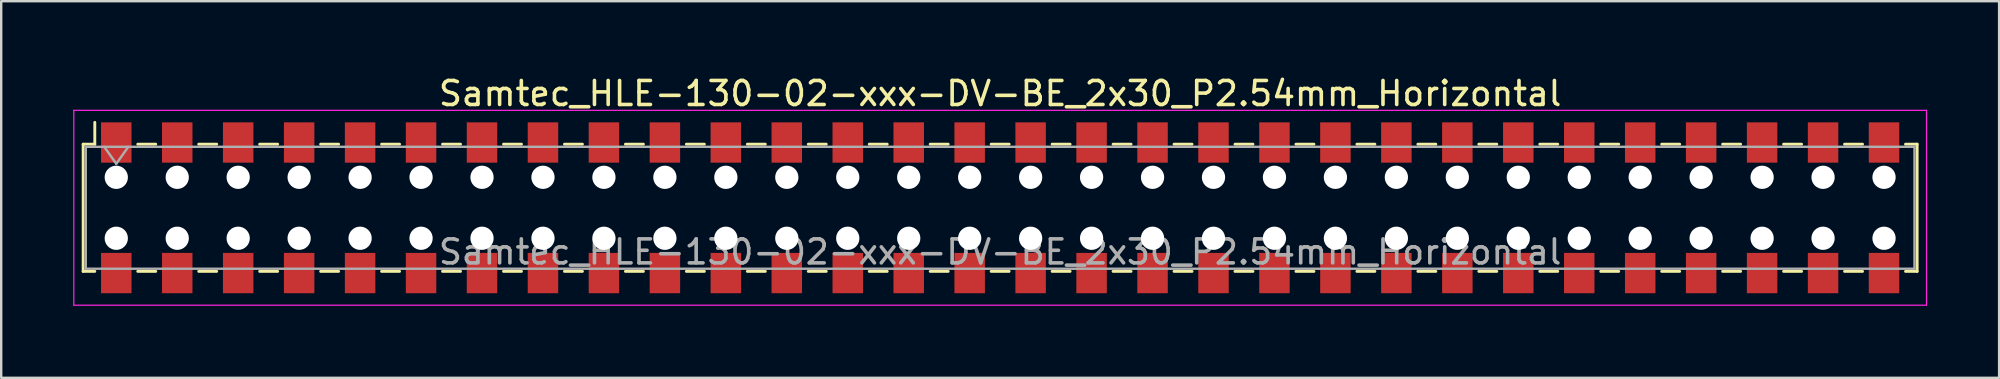
<source format=kicad_pcb>
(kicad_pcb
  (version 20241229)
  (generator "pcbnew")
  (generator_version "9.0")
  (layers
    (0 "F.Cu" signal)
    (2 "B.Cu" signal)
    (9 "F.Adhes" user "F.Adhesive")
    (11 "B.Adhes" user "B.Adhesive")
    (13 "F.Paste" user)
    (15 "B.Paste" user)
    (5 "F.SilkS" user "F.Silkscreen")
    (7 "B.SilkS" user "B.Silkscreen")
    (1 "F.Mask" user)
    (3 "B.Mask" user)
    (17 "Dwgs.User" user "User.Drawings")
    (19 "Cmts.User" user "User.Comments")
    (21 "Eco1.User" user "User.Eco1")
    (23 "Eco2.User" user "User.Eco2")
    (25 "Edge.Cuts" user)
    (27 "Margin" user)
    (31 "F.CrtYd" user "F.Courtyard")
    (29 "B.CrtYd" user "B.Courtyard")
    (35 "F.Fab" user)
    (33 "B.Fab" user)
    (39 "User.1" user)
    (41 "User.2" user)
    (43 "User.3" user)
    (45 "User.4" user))
  (footprint "Samtec_HLE-130-02-xxx-DV-BE_2x30_P2.54mm_Horizontal"
    (layer "F.Cu")
    (at 38.625 5.608)
    (property "Reference" "Samtec_HLE-130-02-xxx-DV-BE_2x30_P2.54mm_Horizontal" (at 0 -4.76 0) (layer "F.SilkS") (effects (font (size 1 1) (thickness 0.15))))
    (attr smd)
    (fp_line (start -38.21 -2.65) (end -38.21 2.65) (stroke (width 0.12) (type solid)) (layer "F.SilkS"))
    (fp_line (start -38.21 2.65) (end -37.725 2.65) (stroke (width 0.12) (type solid)) (layer "F.SilkS"))
    (fp_line (start -37.725 -3.56) (end -37.725 -2.65) (stroke (width 0.12) (type solid)) (layer "F.SilkS"))
    (fp_line (start -37.725 -2.65) (end -38.21 -2.65) (stroke (width 0.12) (type solid)) (layer "F.SilkS"))
    (fp_line (start -35.935 -2.65) (end -35.185 -2.65) (stroke (width 0.12) (type solid)) (layer "F.SilkS"))
    (fp_line (start -35.935 2.65) (end -35.185 2.65) (stroke (width 0.12) (type solid)) (layer "F.SilkS"))
    (fp_line (start -33.395 -2.65) (end -32.645 -2.65) (stroke (width 0.12) (type solid)) (layer "F.SilkS"))
    (fp_line (start -33.395 2.65) (end -32.645 2.65) (stroke (width 0.12) (type solid)) (layer "F.SilkS"))
    (fp_line (start -30.855 -2.65) (end -30.105 -2.65) (stroke (width 0.12) (type solid)) (layer "F.SilkS"))
    (fp_line (start -30.855 2.65) (end -30.105 2.65) (stroke (width 0.12) (type solid)) (layer "F.SilkS"))
    (fp_line (start -28.315 -2.65) (end -27.565 -2.65) (stroke (width 0.12) (type solid)) (layer "F.SilkS"))
    (fp_line (start -28.315 2.65) (end -27.565 2.65) (stroke (width 0.12) (type solid)) (layer "F.SilkS"))
    (fp_line (start -25.775 -2.65) (end -25.025 -2.65) (stroke (width 0.12) (type solid)) (layer "F.SilkS"))
    (fp_line (start -25.775 2.65) (end -25.025 2.65) (stroke (width 0.12) (type solid)) (layer "F.SilkS"))
    (fp_line (start -23.235 -2.65) (end -22.485 -2.65) (stroke (width 0.12) (type solid)) (layer "F.SilkS"))
    (fp_line (start -23.235 2.65) (end -22.485 2.65) (stroke (width 0.12) (type solid)) (layer "F.SilkS"))
    (fp_line (start -20.695 -2.65) (end -19.945 -2.65) (stroke (width 0.12) (type solid)) (layer "F.SilkS"))
    (fp_line (start -20.695 2.65) (end -19.945 2.65) (stroke (width 0.12) (type solid)) (layer "F.SilkS"))
    (fp_line (start -18.155 -2.65) (end -17.405 -2.65) (stroke (width 0.12) (type solid)) (layer "F.SilkS"))
    (fp_line (start -18.155 2.65) (end -17.405 2.65) (stroke (width 0.12) (type solid)) (layer "F.SilkS"))
    (fp_line (start -15.615 -2.65) (end -14.865 -2.65) (stroke (width 0.12) (type solid)) (layer "F.SilkS"))
    (fp_line (start -15.615 2.65) (end -14.865 2.65) (stroke (width 0.12) (type solid)) (layer "F.SilkS"))
    (fp_line (start -13.075 -2.65) (end -12.325 -2.65) (stroke (width 0.12) (type solid)) (layer "F.SilkS"))
    (fp_line (start -13.075 2.65) (end -12.325 2.65) (stroke (width 0.12) (type solid)) (layer "F.SilkS"))
    (fp_line (start -10.535 -2.65) (end -9.785 -2.65) (stroke (width 0.12) (type solid)) (layer "F.SilkS"))
    (fp_line (start -10.535 2.65) (end -9.785 2.65) (stroke (width 0.12) (type solid)) (layer "F.SilkS"))
    (fp_line (start -7.995 -2.65) (end -7.245 -2.65) (stroke (width 0.12) (type solid)) (layer "F.SilkS"))
    (fp_line (start -7.995 2.65) (end -7.245 2.65) (stroke (width 0.12) (type solid)) (layer "F.SilkS"))
    (fp_line (start -5.455 -2.65) (end -4.705 -2.65) (stroke (width 0.12) (type solid)) (layer "F.SilkS"))
    (fp_line (start -5.455 2.65) (end -4.705 2.65) (stroke (width 0.12) (type solid)) (layer "F.SilkS"))
    (fp_line (start -2.915 -2.65) (end -2.165 -2.65) (stroke (width 0.12) (type solid)) (layer "F.SilkS"))
    (fp_line (start -2.915 2.65) (end -2.165 2.65) (stroke (width 0.12) (type solid)) (layer "F.SilkS"))
    (fp_line (start -0.375 -2.65) (end 0.375 -2.65) (stroke (width 0.12) (type solid)) (layer "F.SilkS"))
    (fp_line (start -0.375 2.65) (end 0.375 2.65) (stroke (width 0.12) (type solid)) (layer "F.SilkS"))
    (fp_line (start 2.165 -2.65) (end 2.915 -2.65) (stroke (width 0.12) (type solid)) (layer "F.SilkS"))
    (fp_line (start 2.165 2.65) (end 2.915 2.65) (stroke (width 0.12) (type solid)) (layer "F.SilkS"))
    (fp_line (start 4.705 -2.65) (end 5.455 -2.65) (stroke (width 0.12) (type solid)) (layer "F.SilkS"))
    (fp_line (start 4.705 2.65) (end 5.455 2.65) (stroke (width 0.12) (type solid)) (layer "F.SilkS"))
    (fp_line (start 7.245 -2.65) (end 7.995 -2.65) (stroke (width 0.12) (type solid)) (layer "F.SilkS"))
    (fp_line (start 7.245 2.65) (end 7.995 2.65) (stroke (width 0.12) (type solid)) (layer "F.SilkS"))
    (fp_line (start 9.785 -2.65) (end 10.535 -2.65) (stroke (width 0.12) (type solid)) (layer "F.SilkS"))
    (fp_line (start 9.785 2.65) (end 10.535 2.65) (stroke (width 0.12) (type solid)) (layer "F.SilkS"))
    (fp_line (start 12.325 -2.65) (end 13.075 -2.65) (stroke (width 0.12) (type solid)) (layer "F.SilkS"))
    (fp_line (start 12.325 2.65) (end 13.075 2.65) (stroke (width 0.12) (type solid)) (layer "F.SilkS"))
    (fp_line (start 14.865 -2.65) (end 15.615 -2.65) (stroke (width 0.12) (type solid)) (layer "F.SilkS"))
    (fp_line (start 14.865 2.65) (end 15.615 2.65) (stroke (width 0.12) (type solid)) (layer "F.SilkS"))
    (fp_line (start 17.405 -2.65) (end 18.155 -2.65) (stroke (width 0.12) (type solid)) (layer "F.SilkS"))
    (fp_line (start 17.405 2.65) (end 18.155 2.65) (stroke (width 0.12) (type solid)) (layer "F.SilkS"))
    (fp_line (start 19.945 -2.65) (end 20.695 -2.65) (stroke (width 0.12) (type solid)) (layer "F.SilkS"))
    (fp_line (start 19.945 2.65) (end 20.695 2.65) (stroke (width 0.12) (type solid)) (layer "F.SilkS"))
    (fp_line (start 22.485 -2.65) (end 23.235 -2.65) (stroke (width 0.12) (type solid)) (layer "F.SilkS"))
    (fp_line (start 22.485 2.65) (end 23.235 2.65) (stroke (width 0.12) (type solid)) (layer "F.SilkS"))
    (fp_line (start 25.025 -2.65) (end 25.775 -2.65) (stroke (width 0.12) (type solid)) (layer "F.SilkS"))
    (fp_line (start 25.025 2.65) (end 25.775 2.65) (stroke (width 0.12) (type solid)) (layer "F.SilkS"))
    (fp_line (start 27.565 -2.65) (end 28.315 -2.65) (stroke (width 0.12) (type solid)) (layer "F.SilkS"))
    (fp_line (start 27.565 2.65) (end 28.315 2.65) (stroke (width 0.12) (type solid)) (layer "F.SilkS"))
    (fp_line (start 30.105 -2.65) (end 30.855 -2.65) (stroke (width 0.12) (type solid)) (layer "F.SilkS"))
    (fp_line (start 30.105 2.65) (end 30.855 2.65) (stroke (width 0.12) (type solid)) (layer "F.SilkS"))
    (fp_line (start 32.645 -2.65) (end 33.395 -2.65) (stroke (width 0.12) (type solid)) (layer "F.SilkS"))
    (fp_line (start 32.645 2.65) (end 33.395 2.65) (stroke (width 0.12) (type solid)) (layer "F.SilkS"))
    (fp_line (start 35.185 -2.65) (end 35.935 -2.65) (stroke (width 0.12) (type solid)) (layer "F.SilkS"))
    (fp_line (start 35.185 2.65) (end 35.935 2.65) (stroke (width 0.12) (type solid)) (layer "F.SilkS"))
    (fp_line (start 37.725 -2.65) (end 38.21 -2.65) (stroke (width 0.12) (type solid)) (layer "F.SilkS"))
    (fp_line (start 38.21 -2.65) (end 38.21 2.65) (stroke (width 0.12) (type solid)) (layer "F.SilkS"))
    (fp_line (start 38.21 2.65) (end 37.725 2.65) (stroke (width 0.12) (type solid)) (layer "F.SilkS"))
    (fp_line (start -38.6 -4.06) (end 38.6 -4.06) (stroke (width 0.05) (type solid)) (layer "F.CrtYd"))
    (fp_line (start -38.6 4.06) (end -38.6 -4.06) (stroke (width 0.05) (type solid)) (layer "F.CrtYd"))
    (fp_line (start 38.6 -4.06) (end 38.6 4.06) (stroke (width 0.05) (type solid)) (layer "F.CrtYd"))
    (fp_line (start 38.6 4.06) (end -38.6 4.06) (stroke (width 0.05) (type solid)) (layer "F.CrtYd"))
    (fp_line (start -38.1 -2.54) (end 38.1 -2.54) (stroke (width 0.1) (type solid)) (layer "F.Fab"))
    (fp_line (start -38.1 2.54) (end -38.1 -2.54) (stroke (width 0.1) (type solid)) (layer "F.Fab"))
    (fp_line (start -37.33 -2.54) (end -36.83 -1.833) (stroke (width 0.1) (type solid)) (layer "F.Fab"))
    (fp_line (start -36.83 -1.833) (end -36.33 -2.54) (stroke (width 0.1) (type solid)) (layer "F.Fab"))
    (fp_line (start 38.1 -2.54) (end 38.1 2.54) (stroke (width 0.1) (type solid)) (layer "F.Fab"))
    (fp_line (start 38.1 2.54) (end -38.1 2.54) (stroke (width 0.1) (type solid)) (layer "F.Fab"))
    (fp_text user "${REFERENCE}" (at 0 1.84 0) (layer "F.Fab") (effects (font (size 1 1) (thickness 0.15))))
    (pad "" np_thru_hole circle (at -36.83 -1.27) (size 0.97 0.97) (drill 0.97) (layers "*.Cu" "*.Mask"))
    (pad "" np_thru_hole circle (at -36.83 1.27) (size 0.97 0.97) (drill 0.97) (layers "*.Cu" "*.Mask"))
    (pad "" np_thru_hole circle (at -34.29 -1.27) (size 0.97 0.97) (drill 0.97) (layers "*.Cu" "*.Mask"))
    (pad "" np_thru_hole circle (at -34.29 1.27) (size 0.97 0.97) (drill 0.97) (layers "*.Cu" "*.Mask"))
    (pad "" np_thru_hole circle (at -31.75 -1.27) (size 0.97 0.97) (drill 0.97) (layers "*.Cu" "*.Mask"))
    (pad "" np_thru_hole circle (at -31.75 1.27) (size 0.97 0.97) (drill 0.97) (layers "*.Cu" "*.Mask"))
    (pad "" np_thru_hole circle (at -29.21 -1.27) (size 0.97 0.97) (drill 0.97) (layers "*.Cu" "*.Mask"))
    (pad "" np_thru_hole circle (at -29.21 1.27) (size 0.97 0.97) (drill 0.97) (layers "*.Cu" "*.Mask"))
    (pad "" np_thru_hole circle (at -26.67 -1.27) (size 0.97 0.97) (drill 0.97) (layers "*.Cu" "*.Mask"))
    (pad "" np_thru_hole circle (at -26.67 1.27) (size 0.97 0.97) (drill 0.97) (layers "*.Cu" "*.Mask"))
    (pad "" np_thru_hole circle (at -24.13 -1.27) (size 0.97 0.97) (drill 0.97) (layers "*.Cu" "*.Mask"))
    (pad "" np_thru_hole circle (at -24.13 1.27) (size 0.97 0.97) (drill 0.97) (layers "*.Cu" "*.Mask"))
    (pad "" np_thru_hole circle (at -21.59 -1.27) (size 0.97 0.97) (drill 0.97) (layers "*.Cu" "*.Mask"))
    (pad "" np_thru_hole circle (at -21.59 1.27) (size 0.97 0.97) (drill 0.97) (layers "*.Cu" "*.Mask"))
    (pad "" np_thru_hole circle (at -19.05 -1.27) (size 0.97 0.97) (drill 0.97) (layers "*.Cu" "*.Mask"))
    (pad "" np_thru_hole circle (at -19.05 1.27) (size 0.97 0.97) (drill 0.97) (layers "*.Cu" "*.Mask"))
    (pad "" np_thru_hole circle (at -16.51 -1.27) (size 0.97 0.97) (drill 0.97) (layers "*.Cu" "*.Mask"))
    (pad "" np_thru_hole circle (at -16.51 1.27) (size 0.97 0.97) (drill 0.97) (layers "*.Cu" "*.Mask"))
    (pad "" np_thru_hole circle (at -13.97 -1.27) (size 0.97 0.97) (drill 0.97) (layers "*.Cu" "*.Mask"))
    (pad "" np_thru_hole circle (at -13.97 1.27) (size 0.97 0.97) (drill 0.97) (layers "*.Cu" "*.Mask"))
    (pad "" np_thru_hole circle (at -11.43 -1.27) (size 0.97 0.97) (drill 0.97) (layers "*.Cu" "*.Mask"))
    (pad "" np_thru_hole circle (at -11.43 1.27) (size 0.97 0.97) (drill 0.97) (layers "*.Cu" "*.Mask"))
    (pad "" np_thru_hole circle (at -8.89 -1.27) (size 0.97 0.97) (drill 0.97) (layers "*.Cu" "*.Mask"))
    (pad "" np_thru_hole circle (at -8.89 1.27) (size 0.97 0.97) (drill 0.97) (layers "*.Cu" "*.Mask"))
    (pad "" np_thru_hole circle (at -6.35 -1.27) (size 0.97 0.97) (drill 0.97) (layers "*.Cu" "*.Mask"))
    (pad "" np_thru_hole circle (at -6.35 1.27) (size 0.97 0.97) (drill 0.97) (layers "*.Cu" "*.Mask"))
    (pad "" np_thru_hole circle (at -3.81 -1.27) (size 0.97 0.97) (drill 0.97) (layers "*.Cu" "*.Mask"))
    (pad "" np_thru_hole circle (at -3.81 1.27) (size 0.97 0.97) (drill 0.97) (layers "*.Cu" "*.Mask"))
    (pad "" np_thru_hole circle (at -1.27 -1.27) (size 0.97 0.97) (drill 0.97) (layers "*.Cu" "*.Mask"))
    (pad "" np_thru_hole circle (at -1.27 1.27) (size 0.97 0.97) (drill 0.97) (layers "*.Cu" "*.Mask"))
    (pad "" np_thru_hole circle (at 1.27 -1.27) (size 0.97 0.97) (drill 0.97) (layers "*.Cu" "*.Mask"))
    (pad "" np_thru_hole circle (at 1.27 1.27) (size 0.97 0.97) (drill 0.97) (layers "*.Cu" "*.Mask"))
    (pad "" np_thru_hole circle (at 3.81 -1.27) (size 0.97 0.97) (drill 0.97) (layers "*.Cu" "*.Mask"))
    (pad "" np_thru_hole circle (at 3.81 1.27) (size 0.97 0.97) (drill 0.97) (layers "*.Cu" "*.Mask"))
    (pad "" np_thru_hole circle (at 6.35 -1.27) (size 0.97 0.97) (drill 0.97) (layers "*.Cu" "*.Mask"))
    (pad "" np_thru_hole circle (at 6.35 1.27) (size 0.97 0.97) (drill 0.97) (layers "*.Cu" "*.Mask"))
    (pad "" np_thru_hole circle (at 8.89 -1.27) (size 0.97 0.97) (drill 0.97) (layers "*.Cu" "*.Mask"))
    (pad "" np_thru_hole circle (at 8.89 1.27) (size 0.97 0.97) (drill 0.97) (layers "*.Cu" "*.Mask"))
    (pad "" np_thru_hole circle (at 11.43 -1.27) (size 0.97 0.97) (drill 0.97) (layers "*.Cu" "*.Mask"))
    (pad "" np_thru_hole circle (at 11.43 1.27) (size 0.97 0.97) (drill 0.97) (layers "*.Cu" "*.Mask"))
    (pad "" np_thru_hole circle (at 13.97 -1.27) (size 0.97 0.97) (drill 0.97) (layers "*.Cu" "*.Mask"))
    (pad "" np_thru_hole circle (at 13.97 1.27) (size 0.97 0.97) (drill 0.97) (layers "*.Cu" "*.Mask"))
    (pad "" np_thru_hole circle (at 16.51 -1.27) (size 0.97 0.97) (drill 0.97) (layers "*.Cu" "*.Mask"))
    (pad "" np_thru_hole circle (at 16.51 1.27) (size 0.97 0.97) (drill 0.97) (layers "*.Cu" "*.Mask"))
    (pad "" np_thru_hole circle (at 19.05 -1.27) (size 0.97 0.97) (drill 0.97) (layers "*.Cu" "*.Mask"))
    (pad "" np_thru_hole circle (at 19.05 1.27) (size 0.97 0.97) (drill 0.97) (layers "*.Cu" "*.Mask"))
    (pad "" np_thru_hole circle (at 21.59 -1.27) (size 0.97 0.97) (drill 0.97) (layers "*.Cu" "*.Mask"))
    (pad "" np_thru_hole circle (at 21.59 1.27) (size 0.97 0.97) (drill 0.97) (layers "*.Cu" "*.Mask"))
    (pad "" np_thru_hole circle (at 24.13 -1.27) (size 0.97 0.97) (drill 0.97) (layers "*.Cu" "*.Mask"))
    (pad "" np_thru_hole circle (at 24.13 1.27) (size 0.97 0.97) (drill 0.97) (layers "*.Cu" "*.Mask"))
    (pad "" np_thru_hole circle (at 26.67 -1.27) (size 0.97 0.97) (drill 0.97) (layers "*.Cu" "*.Mask"))
    (pad "" np_thru_hole circle (at 26.67 1.27) (size 0.97 0.97) (drill 0.97) (layers "*.Cu" "*.Mask"))
    (pad "" np_thru_hole circle (at 29.21 -1.27) (size 0.97 0.97) (drill 0.97) (layers "*.Cu" "*.Mask"))
    (pad "" np_thru_hole circle (at 29.21 1.27) (size 0.97 0.97) (drill 0.97) (layers "*.Cu" "*.Mask"))
    (pad "" np_thru_hole circle (at 31.75 -1.27) (size 0.97 0.97) (drill 0.97) (layers "*.Cu" "*.Mask"))
    (pad "" np_thru_hole circle (at 31.75 1.27) (size 0.97 0.97) (drill 0.97) (layers "*.Cu" "*.Mask"))
    (pad "" np_thru_hole circle (at 34.29 -1.27) (size 0.97 0.97) (drill 0.97) (layers "*.Cu" "*.Mask"))
    (pad "" np_thru_hole circle (at 34.29 1.27) (size 0.97 0.97) (drill 0.97) (layers "*.Cu" "*.Mask"))
    (pad "" np_thru_hole circle (at 36.83 -1.27) (size 0.97 0.97) (drill 0.97) (layers "*.Cu" "*.Mask"))
    (pad "" np_thru_hole circle (at 36.83 1.27) (size 0.97 0.97) (drill 0.97) (layers "*.Cu" "*.Mask"))
    (pad "1" smd rect (at -36.83 -2.72) (size 1.27 1.68) (layers "F.Cu" "F.Mask" "F.Paste"))
    (pad "2" smd rect (at -36.83 2.72) (size 1.27 1.68) (layers "F.Cu" "F.Mask" "F.Paste"))
    (pad "3" smd rect (at -34.29 -2.72) (size 1.27 1.68) (layers "F.Cu" "F.Mask" "F.Paste"))
    (pad "4" smd rect (at -34.29 2.72) (size 1.27 1.68) (layers "F.Cu" "F.Mask" "F.Paste"))
    (pad "5" smd rect (at -31.75 -2.72) (size 1.27 1.68) (layers "F.Cu" "F.Mask" "F.Paste"))
    (pad "6" smd rect (at -31.75 2.72) (size 1.27 1.68) (layers "F.Cu" "F.Mask" "F.Paste"))
    (pad "7" smd rect (at -29.21 -2.72) (size 1.27 1.68) (layers "F.Cu" "F.Mask" "F.Paste"))
    (pad "8" smd rect (at -29.21 2.72) (size 1.27 1.68) (layers "F.Cu" "F.Mask" "F.Paste"))
    (pad "9" smd rect (at -26.67 -2.72) (size 1.27 1.68) (layers "F.Cu" "F.Mask" "F.Paste"))
    (pad "10" smd rect (at -26.67 2.72) (size 1.27 1.68) (layers "F.Cu" "F.Mask" "F.Paste"))
    (pad "11" smd rect (at -24.13 -2.72) (size 1.27 1.68) (layers "F.Cu" "F.Mask" "F.Paste"))
    (pad "12" smd rect (at -24.13 2.72) (size 1.27 1.68) (layers "F.Cu" "F.Mask" "F.Paste"))
    (pad "13" smd rect (at -21.59 -2.72) (size 1.27 1.68) (layers "F.Cu" "F.Mask" "F.Paste"))
    (pad "14" smd rect (at -21.59 2.72) (size 1.27 1.68) (layers "F.Cu" "F.Mask" "F.Paste"))
    (pad "15" smd rect (at -19.05 -2.72) (size 1.27 1.68) (layers "F.Cu" "F.Mask" "F.Paste"))
    (pad "16" smd rect (at -19.05 2.72) (size 1.27 1.68) (layers "F.Cu" "F.Mask" "F.Paste"))
    (pad "17" smd rect (at -16.51 -2.72) (size 1.27 1.68) (layers "F.Cu" "F.Mask" "F.Paste"))
    (pad "18" smd rect (at -16.51 2.72) (size 1.27 1.68) (layers "F.Cu" "F.Mask" "F.Paste"))
    (pad "19" smd rect (at -13.97 -2.72) (size 1.27 1.68) (layers "F.Cu" "F.Mask" "F.Paste"))
    (pad "20" smd rect (at -13.97 2.72) (size 1.27 1.68) (layers "F.Cu" "F.Mask" "F.Paste"))
    (pad "21" smd rect (at -11.43 -2.72) (size 1.27 1.68) (layers "F.Cu" "F.Mask" "F.Paste"))
    (pad "22" smd rect (at -11.43 2.72) (size 1.27 1.68) (layers "F.Cu" "F.Mask" "F.Paste"))
    (pad "23" smd rect (at -8.89 -2.72) (size 1.27 1.68) (layers "F.Cu" "F.Mask" "F.Paste"))
    (pad "24" smd rect (at -8.89 2.72) (size 1.27 1.68) (layers "F.Cu" "F.Mask" "F.Paste"))
    (pad "25" smd rect (at -6.35 -2.72) (size 1.27 1.68) (layers "F.Cu" "F.Mask" "F.Paste"))
    (pad "26" smd rect (at -6.35 2.72) (size 1.27 1.68) (layers "F.Cu" "F.Mask" "F.Paste"))
    (pad "27" smd rect (at -3.81 -2.72) (size 1.27 1.68) (layers "F.Cu" "F.Mask" "F.Paste"))
    (pad "28" smd rect (at -3.81 2.72) (size 1.27 1.68) (layers "F.Cu" "F.Mask" "F.Paste"))
    (pad "29" smd rect (at -1.27 -2.72) (size 1.27 1.68) (layers "F.Cu" "F.Mask" "F.Paste"))
    (pad "30" smd rect (at -1.27 2.72) (size 1.27 1.68) (layers "F.Cu" "F.Mask" "F.Paste"))
    (pad "31" smd rect (at 1.27 -2.72) (size 1.27 1.68) (layers "F.Cu" "F.Mask" "F.Paste"))
    (pad "32" smd rect (at 1.27 2.72) (size 1.27 1.68) (layers "F.Cu" "F.Mask" "F.Paste"))
    (pad "33" smd rect (at 3.81 -2.72) (size 1.27 1.68) (layers "F.Cu" "F.Mask" "F.Paste"))
    (pad "34" smd rect (at 3.81 2.72) (size 1.27 1.68) (layers "F.Cu" "F.Mask" "F.Paste"))
    (pad "35" smd rect (at 6.35 -2.72) (size 1.27 1.68) (layers "F.Cu" "F.Mask" "F.Paste"))
    (pad "36" smd rect (at 6.35 2.72) (size 1.27 1.68) (layers "F.Cu" "F.Mask" "F.Paste"))
    (pad "37" smd rect (at 8.89 -2.72) (size 1.27 1.68) (layers "F.Cu" "F.Mask" "F.Paste"))
    (pad "38" smd rect (at 8.89 2.72) (size 1.27 1.68) (layers "F.Cu" "F.Mask" "F.Paste"))
    (pad "39" smd rect (at 11.43 -2.72) (size 1.27 1.68) (layers "F.Cu" "F.Mask" "F.Paste"))
    (pad "40" smd rect (at 11.43 2.72) (size 1.27 1.68) (layers "F.Cu" "F.Mask" "F.Paste"))
    (pad "41" smd rect (at 13.97 -2.72) (size 1.27 1.68) (layers "F.Cu" "F.Mask" "F.Paste"))
    (pad "42" smd rect (at 13.97 2.72) (size 1.27 1.68) (layers "F.Cu" "F.Mask" "F.Paste"))
    (pad "43" smd rect (at 16.51 -2.72) (size 1.27 1.68) (layers "F.Cu" "F.Mask" "F.Paste"))
    (pad "44" smd rect (at 16.51 2.72) (size 1.27 1.68) (layers "F.Cu" "F.Mask" "F.Paste"))
    (pad "45" smd rect (at 19.05 -2.72) (size 1.27 1.68) (layers "F.Cu" "F.Mask" "F.Paste"))
    (pad "46" smd rect (at 19.05 2.72) (size 1.27 1.68) (layers "F.Cu" "F.Mask" "F.Paste"))
    (pad "47" smd rect (at 21.59 -2.72) (size 1.27 1.68) (layers "F.Cu" "F.Mask" "F.Paste"))
    (pad "48" smd rect (at 21.59 2.72) (size 1.27 1.68) (layers "F.Cu" "F.Mask" "F.Paste"))
    (pad "49" smd rect (at 24.13 -2.72) (size 1.27 1.68) (layers "F.Cu" "F.Mask" "F.Paste"))
    (pad "50" smd rect (at 24.13 2.72) (size 1.27 1.68) (layers "F.Cu" "F.Mask" "F.Paste"))
    (pad "51" smd rect (at 26.67 -2.72) (size 1.27 1.68) (layers "F.Cu" "F.Mask" "F.Paste"))
    (pad "52" smd rect (at 26.67 2.72) (size 1.27 1.68) (layers "F.Cu" "F.Mask" "F.Paste"))
    (pad "53" smd rect (at 29.21 -2.72) (size 1.27 1.68) (layers "F.Cu" "F.Mask" "F.Paste"))
    (pad "54" smd rect (at 29.21 2.72) (size 1.27 1.68) (layers "F.Cu" "F.Mask" "F.Paste"))
    (pad "55" smd rect (at 31.75 -2.72) (size 1.27 1.68) (layers "F.Cu" "F.Mask" "F.Paste"))
    (pad "56" smd rect (at 31.75 2.72) (size 1.27 1.68) (layers "F.Cu" "F.Mask" "F.Paste"))
    (pad "57" smd rect (at 34.29 -2.72) (size 1.27 1.68) (layers "F.Cu" "F.Mask" "F.Paste"))
    (pad "58" smd rect (at 34.29 2.72) (size 1.27 1.68) (layers "F.Cu" "F.Mask" "F.Paste"))
    (pad "59" smd rect (at 36.83 -2.72) (size 1.27 1.68) (layers "F.Cu" "F.Mask" "F.Paste"))
    (pad "60" smd rect (at 36.83 2.72) (size 1.27 1.68) (layers "F.Cu" "F.Mask" "F.Paste")))
  (gr_rect
    (start -3 -3)
    (end 80.25 12.693)
    (stroke (width 0.1) (type default))
    (fill no)
    (layer "Edge.Cuts")))
</source>
